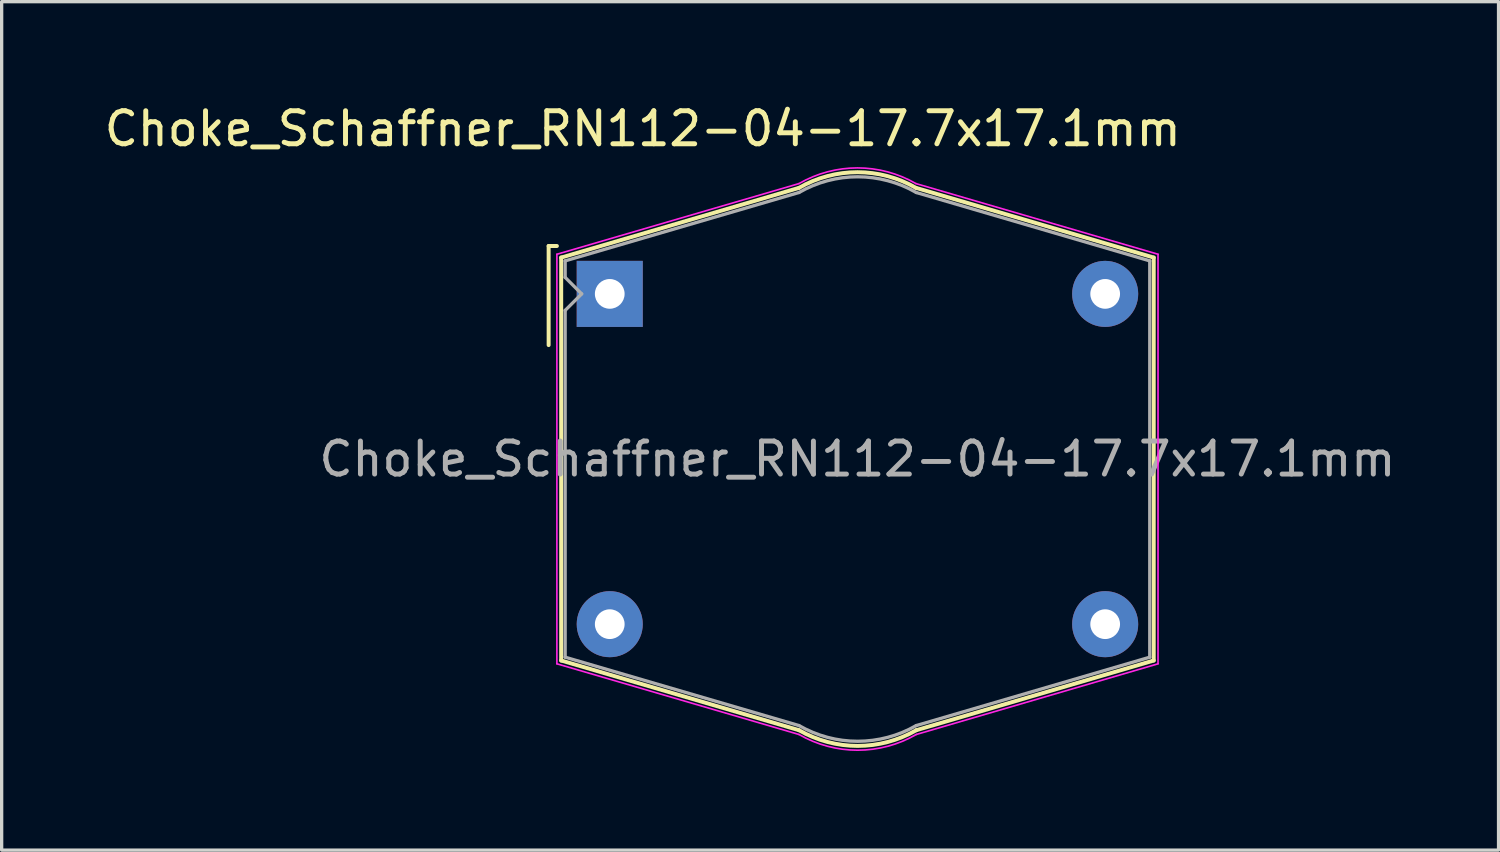
<source format=kicad_pcb>
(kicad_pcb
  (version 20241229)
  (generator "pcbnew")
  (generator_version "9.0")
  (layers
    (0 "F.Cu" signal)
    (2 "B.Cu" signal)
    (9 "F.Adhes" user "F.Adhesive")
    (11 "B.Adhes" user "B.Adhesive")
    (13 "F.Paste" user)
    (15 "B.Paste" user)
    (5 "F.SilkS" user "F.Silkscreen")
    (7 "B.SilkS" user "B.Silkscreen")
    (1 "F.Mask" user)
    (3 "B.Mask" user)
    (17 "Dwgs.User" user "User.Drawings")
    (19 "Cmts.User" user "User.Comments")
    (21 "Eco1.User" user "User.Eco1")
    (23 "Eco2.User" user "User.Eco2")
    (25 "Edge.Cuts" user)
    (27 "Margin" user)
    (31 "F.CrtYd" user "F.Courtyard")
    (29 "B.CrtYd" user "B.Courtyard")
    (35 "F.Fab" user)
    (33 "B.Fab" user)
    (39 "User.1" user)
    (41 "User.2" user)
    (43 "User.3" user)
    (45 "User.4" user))
  (footprint "Choke_Schaffner_RN112-04-17.7x17.1mm"
    (layer "F.Cu")
    (at 15.411 5.848)
    (property "Reference" "Choke_Schaffner_RN112-04-17.7x17.1mm" (at 1 -5 0) (layer "F.SilkS") (effects (font (size 1 1) (thickness 0.15))))
    (attr through_hole)
    (fp_line (start -1.85 -1.45) (end -1.85 1.55) (stroke (width 0.12) (type solid)) (layer "F.SilkS"))
    (fp_line (start -1.85 -1.45) (end -1.6 -1.45) (stroke (width 0.12) (type solid)) (layer "F.SilkS"))
    (fp_line (start -1.47 -1.1) (end 5.73 -3.21) (stroke (width 0.12) (type solid)) (layer "F.SilkS"))
    (fp_line (start -1.47 11.1) (end -1.47 -1.1) (stroke (width 0.12) (type solid)) (layer "F.SilkS"))
    (fp_line (start 5.73 13.21) (end -1.47 11.1) (stroke (width 0.12) (type solid)) (layer "F.SilkS"))
    (fp_line (start 9.27 -3.21) (end 16.47 -1.1) (stroke (width 0.12) (type solid)) (layer "F.SilkS"))
    (fp_line (start 16.47 -1.1) (end 16.47 11.1) (stroke (width 0.12) (type solid)) (layer "F.SilkS"))
    (fp_line (start 16.47 11.1) (end 9.28 13.21) (stroke (width 0.12) (type solid)) (layer "F.SilkS"))
    (fp_arc (start 5.73 -3.21) (mid 7.5 -3.68427) (end 9.27 -3.21) (stroke (width 0.12) (type solid)) (layer "F.SilkS"))
    (fp_arc (start 9.28 13.21) (mid 7.505 13.68561) (end 5.73 13.21) (stroke (width 0.12) (type solid)) (layer "F.SilkS"))
    (fp_line (start -1.6 -1.2) (end 5.73 -3.34) (stroke (width 0.05) (type solid)) (layer "F.CrtYd"))
    (fp_line (start -1.6 11.2) (end -1.6 -1.2) (stroke (width 0.05) (type solid)) (layer "F.CrtYd"))
    (fp_line (start 5.73 13.34) (end -1.6 11.2) (stroke (width 0.05) (type solid)) (layer "F.CrtYd"))
    (fp_line (start 9.27 -3.34) (end 16.6 -1.2) (stroke (width 0.05) (type solid)) (layer "F.CrtYd"))
    (fp_line (start 16.6 -1.2) (end 16.6 11.2) (stroke (width 0.05) (type solid)) (layer "F.CrtYd"))
    (fp_line (start 16.6 11.2) (end 9.28 13.34) (stroke (width 0.05) (type solid)) (layer "F.CrtYd"))
    (fp_arc (start 5.73 -3.34) (mid 7.5 -3.81427) (end 9.27 -3.34) (stroke (width 0.05) (type solid)) (layer "F.CrtYd"))
    (fp_arc (start 9.28 13.34) (mid 7.505 13.81561) (end 5.73 13.34) (stroke (width 0.05) (type solid)) (layer "F.CrtYd"))
    (fp_line (start -1.35 -1) (end 5.73 -3.07) (stroke (width 0.1) (type solid)) (layer "F.Fab"))
    (fp_line (start -1.35 -0.5) (end -1.35 -1) (stroke (width 0.1) (type solid)) (layer "F.Fab"))
    (fp_line (start -1.35 0.5) (end -0.85 0) (stroke (width 0.1) (type solid)) (layer "F.Fab"))
    (fp_line (start -1.35 11) (end -1.35 0.5) (stroke (width 0.1) (type solid)) (layer "F.Fab"))
    (fp_line (start -0.85 0) (end -1.35 -0.5) (stroke (width 0.1) (type solid)) (layer "F.Fab"))
    (fp_line (start 5.73 13.07) (end -1.35 11) (stroke (width 0.1) (type solid)) (layer "F.Fab"))
    (fp_line (start 9.28 -3.07) (end 16.35 -1) (stroke (width 0.1) (type solid)) (layer "F.Fab"))
    (fp_line (start 16.35 -1) (end 16.35 11) (stroke (width 0.1) (type solid)) (layer "F.Fab"))
    (fp_line (start 16.35 11) (end 9.28 13.07) (stroke (width 0.1) (type solid)) (layer "F.Fab"))
    (fp_arc (start 5.73 -3.07) (mid 7.505 -3.54561) (end 9.28 -3.07) (stroke (width 0.1) (type solid)) (layer "F.Fab"))
    (fp_arc (start 9.28 13.07) (mid 7.505 13.54561) (end 5.73 13.07) (stroke (width 0.1) (type solid)) (layer "F.Fab"))
    (fp_text user "${REFERENCE}" (at 7.5 5 0) (layer "F.Fab") (effects (font (size 1 1) (thickness 0.15))))
    (pad "1" thru_hole rect (at 0 0) (size 2 2) (drill 0.9) (layers "*.Cu" "*.Mask"))
    (pad "2" thru_hole circle (at 15 0) (size 2 2) (drill 0.9) (layers "*.Cu" "*.Mask"))
    (pad "3" thru_hole circle (at 0 10) (size 2 2) (drill 0.9) (layers "*.Cu" "*.Mask"))
    (pad "4" thru_hole circle (at 15 10) (size 2 2) (drill 0.9) (layers "*.Cu" "*.Mask")))
  (gr_rect
    (start -3 -3)
    (end 42.321 22.689)
    (stroke (width 0.1) (type default))
    (fill no)
    (layer "Edge.Cuts")))
</source>
